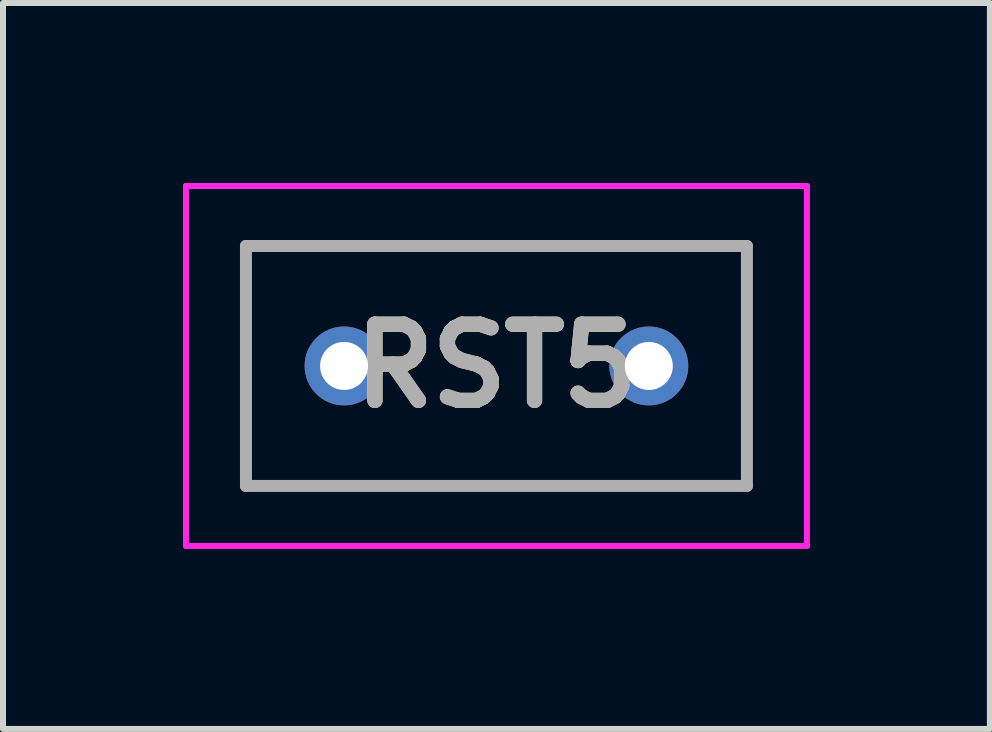
<source format=kicad_pcb>
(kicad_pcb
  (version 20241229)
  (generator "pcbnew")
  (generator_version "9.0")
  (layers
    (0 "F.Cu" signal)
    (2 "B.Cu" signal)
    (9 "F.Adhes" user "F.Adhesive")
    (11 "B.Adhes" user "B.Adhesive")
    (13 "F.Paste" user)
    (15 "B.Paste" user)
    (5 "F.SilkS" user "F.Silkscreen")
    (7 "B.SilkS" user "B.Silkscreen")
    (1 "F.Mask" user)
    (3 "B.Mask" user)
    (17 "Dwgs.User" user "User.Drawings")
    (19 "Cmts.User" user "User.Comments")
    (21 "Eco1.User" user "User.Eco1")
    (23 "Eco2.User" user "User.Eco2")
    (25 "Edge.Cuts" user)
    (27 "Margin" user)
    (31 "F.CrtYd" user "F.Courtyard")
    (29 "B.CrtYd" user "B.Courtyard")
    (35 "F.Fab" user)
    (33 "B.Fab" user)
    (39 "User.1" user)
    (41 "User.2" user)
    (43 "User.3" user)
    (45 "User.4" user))
  (footprint "RST5"
    (layer "F.Cu")
    (at 2.685 3.05)
    (property "Reference" "RST5" (at 2.54 0 0) (layer "F.SilkS") (effects (font (size 1.27 1.27) (thickness 0.254))))
    (attr through_hole)
    (fp_line (start -1.635 -2) (end 6.715 -2) (stroke (width 0.1) (type solid)) (layer "F.SilkS"))
    (fp_line (start -1.635 2) (end -1.635 -2) (stroke (width 0.1) (type solid)) (layer "F.SilkS"))
    (fp_line (start 6.715 -2) (end 6.715 2) (stroke (width 0.1) (type solid)) (layer "F.SilkS"))
    (fp_line (start 6.715 2) (end -1.635 2) (stroke (width 0.1) (type solid)) (layer "F.SilkS"))
    (fp_line (start -2.635 -3) (end 7.715 -3) (stroke (width 0.1) (type solid)) (layer "F.CrtYd"))
    (fp_line (start -2.635 3) (end -2.635 -3) (stroke (width 0.1) (type solid)) (layer "F.CrtYd"))
    (fp_line (start 7.715 -3) (end 7.715 3) (stroke (width 0.1) (type solid)) (layer "F.CrtYd"))
    (fp_line (start 7.715 3) (end -2.635 3) (stroke (width 0.1) (type solid)) (layer "F.CrtYd"))
    (fp_line (start -1.635 -2) (end 6.715 -2) (stroke (width 0.2) (type solid)) (layer "F.Fab"))
    (fp_line (start -1.635 2) (end -1.635 -2) (stroke (width 0.2) (type solid)) (layer "F.Fab"))
    (fp_line (start 6.715 -2) (end 6.715 2) (stroke (width 0.2) (type solid)) (layer "F.Fab"))
    (fp_line (start 6.715 2) (end -1.635 2) (stroke (width 0.2) (type solid)) (layer "F.Fab"))
    (fp_text user "${REFERENCE}" (at 2.54 0 0) (layer "F.Fab") (effects (font (size 1.27 1.27) (thickness 0.254))))
    (pad "1" thru_hole circle (at 0 0) (size 1.315 1.315) (drill 0.8) (layers "*.Cu" "*.Mask"))
    (pad "2" thru_hole circle (at 5.08 0) (size 1.315 1.315) (drill 0.8) (layers "*.Cu" "*.Mask")))
  (gr_rect
    (start -3 -3)
    (end 13.45 9.1)
    (stroke (width 0.1) (type default))
    (fill no)
    (layer "Edge.Cuts")))
</source>
